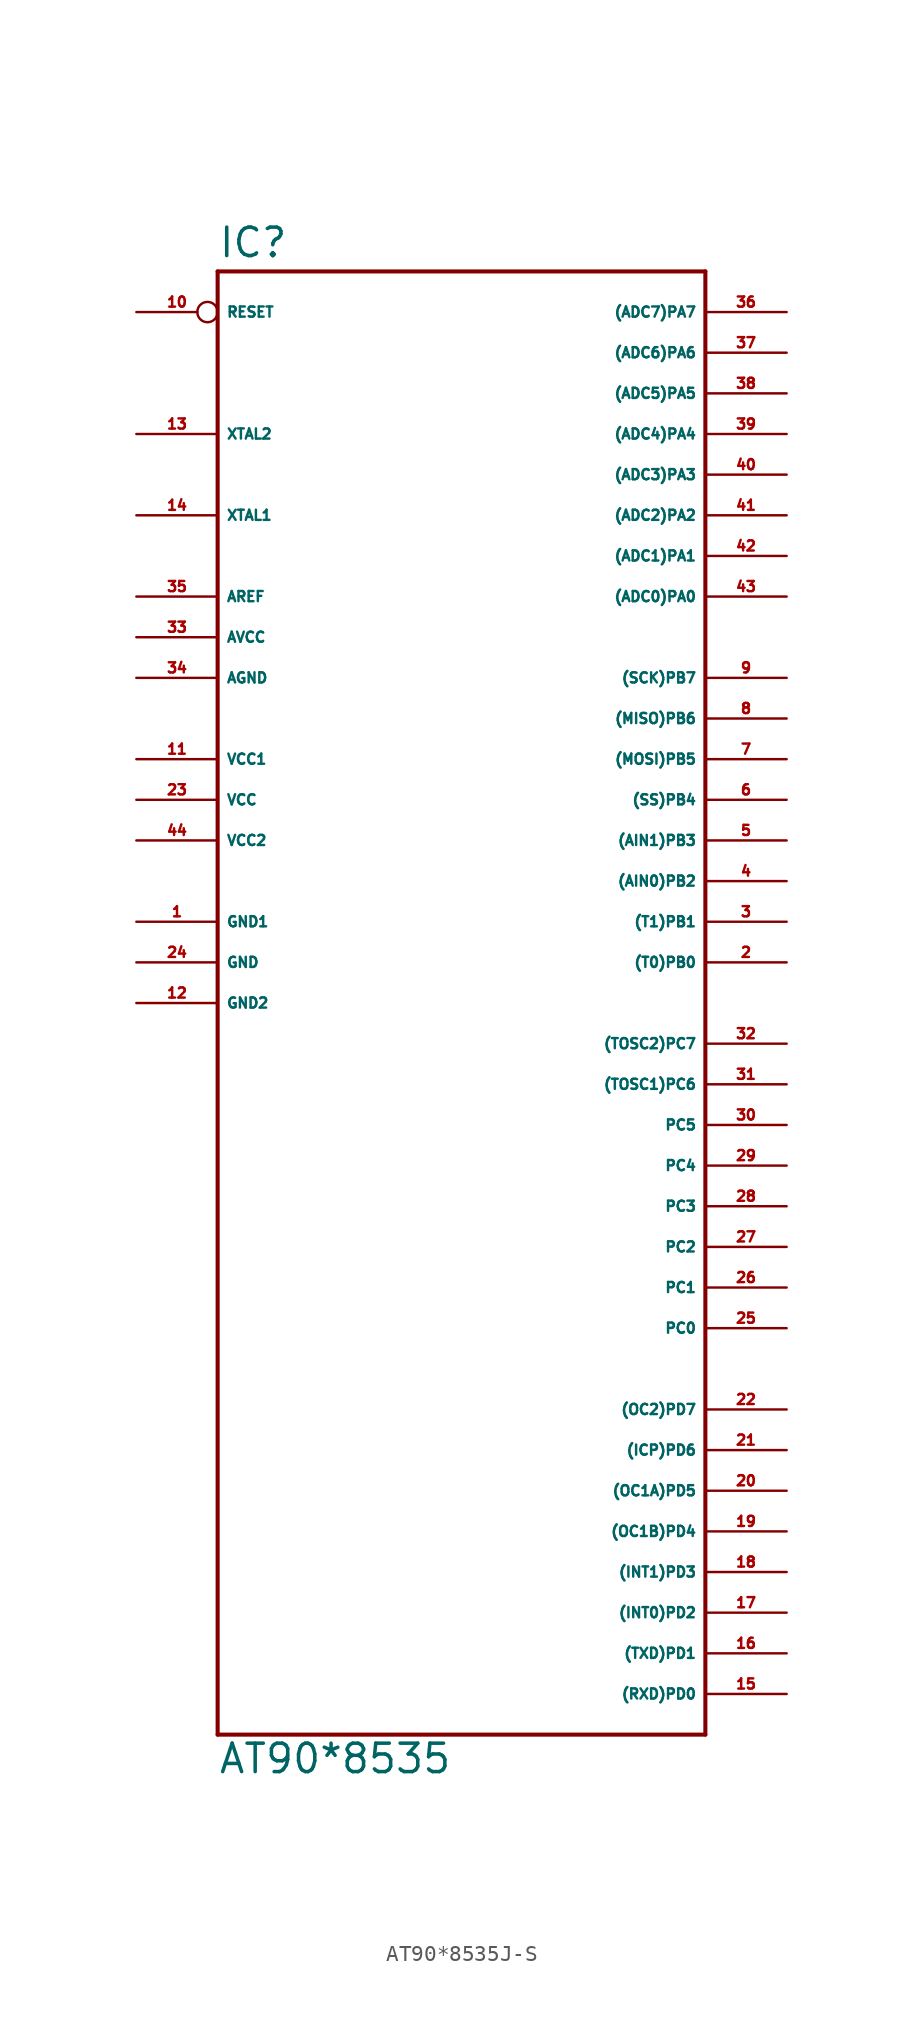
<source format=kicad_sym>
(kicad_symbol_lib
  (version 20220914)
  (generator Eagle2Kicad)
  (symbol "AT90*8535J-S"
    (property "Reference" "IC"
      (at -15.24 43.942 0)
      (effects (font (size 1.778 1.778) (thickness 0.22)) (justify left bottom)))
    (property "Value" "AT90*8535"
      (at -15.24 -50.8 0)
      (effects (font (size 1.778 1.778) (thickness 0.22)) (justify left bottom)))
    (polyline
      (pts (xy -15.24 43.18) (xy 15.24 43.18))
      (stroke (width 0.254) (type default))
      (fill (type none)))
    (polyline
      (pts (xy 15.24 43.18) (xy 15.24 -48.26))
      (stroke (width 0.254) (type default))
      (fill (type none)))
    (polyline
      (pts (xy 15.24 -48.26) (xy -15.24 -48.26))
      (stroke (width 0.254) (type default))
      (fill (type none)))
    (polyline
      (pts (xy -15.24 -48.26) (xy -15.24 43.18))
      (stroke (width 0.254) (type default))
      (fill (type none)))
    (pin bidirectional line
      (at 20.32 40.64 180)
      (length 5.08)
      (name "(ADC7)PA7" (effects (font (size 0.635 0.635) (thickness 0.08)) (justify left bottom)))
      (number "36" (effects (font (size 0.635 0.635) (thickness 0.08)) (justify left bottom))))
    (pin bidirectional line
      (at 20.32 38.1 180)
      (length 5.08)
      (name "(ADC6)PA6" (effects (font (size 0.635 0.635) (thickness 0.08)) (justify left bottom)))
      (number "37" (effects (font (size 0.635 0.635) (thickness 0.08)) (justify left bottom))))
    (pin bidirectional line
      (at 20.32 35.56 180)
      (length 5.08)
      (name "(ADC5)PA5" (effects (font (size 0.635 0.635) (thickness 0.08)) (justify left bottom)))
      (number "38" (effects (font (size 0.635 0.635) (thickness 0.08)) (justify left bottom))))
    (pin bidirectional line
      (at 20.32 33.02 180)
      (length 5.08)
      (name "(ADC4)PA4" (effects (font (size 0.635 0.635) (thickness 0.08)) (justify left bottom)))
      (number "39" (effects (font (size 0.635 0.635) (thickness 0.08)) (justify left bottom))))
    (pin bidirectional line
      (at 20.32 30.48 180)
      (length 5.08)
      (name "(ADC3)PA3" (effects (font (size 0.635 0.635) (thickness 0.08)) (justify left bottom)))
      (number "40" (effects (font (size 0.635 0.635) (thickness 0.08)) (justify left bottom))))
    (pin bidirectional line
      (at 20.32 27.94 180)
      (length 5.08)
      (name "(ADC2)PA2" (effects (font (size 0.635 0.635) (thickness 0.08)) (justify left bottom)))
      (number "41" (effects (font (size 0.635 0.635) (thickness 0.08)) (justify left bottom))))
    (pin bidirectional line
      (at 20.32 25.4 180)
      (length 5.08)
      (name "(ADC1)PA1" (effects (font (size 0.635 0.635) (thickness 0.08)) (justify left bottom)))
      (number "42" (effects (font (size 0.635 0.635) (thickness 0.08)) (justify left bottom))))
    (pin bidirectional line
      (at 20.32 22.86 180)
      (length 5.08)
      (name "(ADC0)PA0" (effects (font (size 0.635 0.635) (thickness 0.08)) (justify left bottom)))
      (number "43" (effects (font (size 0.635 0.635) (thickness 0.08)) (justify left bottom))))
    (pin bidirectional line
      (at 20.32 17.78 180)
      (length 5.08)
      (name "(SCK)PB7" (effects (font (size 0.635 0.635) (thickness 0.08)) (justify left bottom)))
      (number "9" (effects (font (size 0.635 0.635) (thickness 0.08)) (justify left bottom))))
    (pin bidirectional line
      (at 20.32 15.24 180)
      (length 5.08)
      (name "(MISO)PB6" (effects (font (size 0.635 0.635) (thickness 0.08)) (justify left bottom)))
      (number "8" (effects (font (size 0.635 0.635) (thickness 0.08)) (justify left bottom))))
    (pin bidirectional line
      (at 20.32 12.7 180)
      (length 5.08)
      (name "(MOSI)PB5" (effects (font (size 0.635 0.635) (thickness 0.08)) (justify left bottom)))
      (number "7" (effects (font (size 0.635 0.635) (thickness 0.08)) (justify left bottom))))
    (pin bidirectional line
      (at 20.32 10.16 180)
      (length 5.08)
      (name "(SS)PB4" (effects (font (size 0.635 0.635) (thickness 0.08)) (justify left bottom)))
      (number "6" (effects (font (size 0.635 0.635) (thickness 0.08)) (justify left bottom))))
    (pin bidirectional line
      (at 20.32 7.62 180)
      (length 5.08)
      (name "(AIN1)PB3" (effects (font (size 0.635 0.635) (thickness 0.08)) (justify left bottom)))
      (number "5" (effects (font (size 0.635 0.635) (thickness 0.08)) (justify left bottom))))
    (pin bidirectional line
      (at 20.32 5.08 180)
      (length 5.08)
      (name "(AIN0)PB2" (effects (font (size 0.635 0.635) (thickness 0.08)) (justify left bottom)))
      (number "4" (effects (font (size 0.635 0.635) (thickness 0.08)) (justify left bottom))))
    (pin bidirectional line
      (at 20.32 2.54 180)
      (length 5.08)
      (name "(T1)PB1" (effects (font (size 0.635 0.635) (thickness 0.08)) (justify left bottom)))
      (number "3" (effects (font (size 0.635 0.635) (thickness 0.08)) (justify left bottom))))
    (pin bidirectional line
      (at 20.32 0 180)
      (length 5.08)
      (name "(T0)PB0" (effects (font (size 0.635 0.635) (thickness 0.08)) (justify left bottom)))
      (number "2" (effects (font (size 0.635 0.635) (thickness 0.08)) (justify left bottom))))
    (pin bidirectional line
      (at 20.32 -5.08 180)
      (length 5.08)
      (name "(TOSC2)PC7" (effects (font (size 0.635 0.635) (thickness 0.08)) (justify left bottom)))
      (number "32" (effects (font (size 0.635 0.635) (thickness 0.08)) (justify left bottom))))
    (pin bidirectional line
      (at 20.32 -7.62 180)
      (length 5.08)
      (name "(TOSC1)PC6" (effects (font (size 0.635 0.635) (thickness 0.08)) (justify left bottom)))
      (number "31" (effects (font (size 0.635 0.635) (thickness 0.08)) (justify left bottom))))
    (pin bidirectional line
      (at 20.32 -10.16 180)
      (length 5.08)
      (name "PC5" (effects (font (size 0.635 0.635) (thickness 0.08)) (justify left bottom)))
      (number "30" (effects (font (size 0.635 0.635) (thickness 0.08)) (justify left bottom))))
    (pin bidirectional line
      (at 20.32 -12.7 180)
      (length 5.08)
      (name "PC4" (effects (font (size 0.635 0.635) (thickness 0.08)) (justify left bottom)))
      (number "29" (effects (font (size 0.635 0.635) (thickness 0.08)) (justify left bottom))))
    (pin bidirectional line
      (at 20.32 -15.24 180)
      (length 5.08)
      (name "PC3" (effects (font (size 0.635 0.635) (thickness 0.08)) (justify left bottom)))
      (number "28" (effects (font (size 0.635 0.635) (thickness 0.08)) (justify left bottom))))
    (pin bidirectional line
      (at 20.32 -17.78 180)
      (length 5.08)
      (name "PC2" (effects (font (size 0.635 0.635) (thickness 0.08)) (justify left bottom)))
      (number "27" (effects (font (size 0.635 0.635) (thickness 0.08)) (justify left bottom))))
    (pin bidirectional line
      (at 20.32 -20.32 180)
      (length 5.08)
      (name "PC1" (effects (font (size 0.635 0.635) (thickness 0.08)) (justify left bottom)))
      (number "26" (effects (font (size 0.635 0.635) (thickness 0.08)) (justify left bottom))))
    (pin bidirectional line
      (at 20.32 -22.86 180)
      (length 5.08)
      (name "PC0" (effects (font (size 0.635 0.635) (thickness 0.08)) (justify left bottom)))
      (number "25" (effects (font (size 0.635 0.635) (thickness 0.08)) (justify left bottom))))
    (pin unspecified line
      (at -20.32 17.78 0)
      (length 5.08)
      (name "AGND" (effects (font (size 0.635 0.635) (thickness 0.08)) (justify left bottom)))
      (number "34" (effects (font (size 0.635 0.635) (thickness 0.08)) (justify left bottom))))
    (pin unspecified line
      (at -20.32 20.32 0)
      (length 5.08)
      (name "AVCC" (effects (font (size 0.635 0.635) (thickness 0.08)) (justify left bottom)))
      (number "33" (effects (font (size 0.635 0.635) (thickness 0.08)) (justify left bottom))))
    (pin passive line
      (at -20.32 22.86 0)
      (length 5.08)
      (name "AREF" (effects (font (size 0.635 0.635) (thickness 0.08)) (justify left bottom)))
      (number "35" (effects (font (size 0.635 0.635) (thickness 0.08)) (justify left bottom))))
    (pin bidirectional line
      (at -20.32 27.94 0)
      (length 5.08)
      (name "XTAL1" (effects (font (size 0.635 0.635) (thickness 0.08)) (justify left bottom)))
      (number "14" (effects (font (size 0.635 0.635) (thickness 0.08)) (justify left bottom))))
    (pin bidirectional line
      (at -20.32 33.02 0)
      (length 5.08)
      (name "XTAL2" (effects (font (size 0.635 0.635) (thickness 0.08)) (justify left bottom)))
      (number "13" (effects (font (size 0.635 0.635) (thickness 0.08)) (justify left bottom))))
    (pin unspecified line
      (at -20.32 2.54 0)
      (length 5.08)
      (name "GND1" (effects (font (size 0.635 0.635) (thickness 0.08)) (justify left bottom)))
      (number "1" (effects (font (size 0.635 0.635) (thickness 0.08)) (justify left bottom))))
    (pin unspecified line
      (at -20.32 -2.54 0)
      (length 5.08)
      (name "GND2" (effects (font (size 0.635 0.635) (thickness 0.08)) (justify left bottom)))
      (number "12" (effects (font (size 0.635 0.635) (thickness 0.08)) (justify left bottom))))
    (pin input inverted
      (at -20.32 40.64 0)
      (length 5.08)
      (name "RESET" (effects (font (size 0.635 0.635) (thickness 0.08)) (justify left bottom)))
      (number "10" (effects (font (size 0.635 0.635) (thickness 0.08)) (justify left bottom))))
    (pin bidirectional line
      (at 20.32 -45.72 180)
      (length 5.08)
      (name "(RXD)PD0" (effects (font (size 0.635 0.635) (thickness 0.08)) (justify left bottom)))
      (number "15" (effects (font (size 0.635 0.635) (thickness 0.08)) (justify left bottom))))
    (pin bidirectional line
      (at 20.32 -43.18 180)
      (length 5.08)
      (name "(TXD)PD1" (effects (font (size 0.635 0.635) (thickness 0.08)) (justify left bottom)))
      (number "16" (effects (font (size 0.635 0.635) (thickness 0.08)) (justify left bottom))))
    (pin bidirectional line
      (at 20.32 -40.64 180)
      (length 5.08)
      (name "(INT0)PD2" (effects (font (size 0.635 0.635) (thickness 0.08)) (justify left bottom)))
      (number "17" (effects (font (size 0.635 0.635) (thickness 0.08)) (justify left bottom))))
    (pin bidirectional line
      (at 20.32 -38.1 180)
      (length 5.08)
      (name "(INT1)PD3" (effects (font (size 0.635 0.635) (thickness 0.08)) (justify left bottom)))
      (number "18" (effects (font (size 0.635 0.635) (thickness 0.08)) (justify left bottom))))
    (pin bidirectional line
      (at 20.32 -35.56 180)
      (length 5.08)
      (name "(OC1B)PD4" (effects (font (size 0.635 0.635) (thickness 0.08)) (justify left bottom)))
      (number "19" (effects (font (size 0.635 0.635) (thickness 0.08)) (justify left bottom))))
    (pin bidirectional line
      (at 20.32 -33.02 180)
      (length 5.08)
      (name "(OC1A)PD5" (effects (font (size 0.635 0.635) (thickness 0.08)) (justify left bottom)))
      (number "20" (effects (font (size 0.635 0.635) (thickness 0.08)) (justify left bottom))))
    (pin bidirectional line
      (at 20.32 -30.48 180)
      (length 5.08)
      (name "(ICP)PD6" (effects (font (size 0.635 0.635) (thickness 0.08)) (justify left bottom)))
      (number "21" (effects (font (size 0.635 0.635) (thickness 0.08)) (justify left bottom))))
    (pin bidirectional line
      (at 20.32 -27.94 180)
      (length 5.08)
      (name "(OC2)PD7" (effects (font (size 0.635 0.635) (thickness 0.08)) (justify left bottom)))
      (number "22" (effects (font (size 0.635 0.635) (thickness 0.08)) (justify left bottom))))
    (pin unspecified line
      (at -20.32 12.7 0)
      (length 5.08)
      (name "VCC1" (effects (font (size 0.635 0.635) (thickness 0.08)) (justify left bottom)))
      (number "11" (effects (font (size 0.635 0.635) (thickness 0.08)) (justify left bottom))))
    (pin unspecified line
      (at -20.32 10.16 0)
      (length 5.08)
      (name "VCC" (effects (font (size 0.635 0.635) (thickness 0.08)) (justify left bottom)))
      (number "23" (effects (font (size 0.635 0.635) (thickness 0.08)) (justify left bottom))))
    (pin unspecified line
      (at -20.32 7.62 0)
      (length 5.08)
      (name "VCC2" (effects (font (size 0.635 0.635) (thickness 0.08)) (justify left bottom)))
      (number "44" (effects (font (size 0.635 0.635) (thickness 0.08)) (justify left bottom))))
    (pin unspecified line
      (at -20.32 0 0)
      (length 5.08)
      (name "GND" (effects (font (size 0.635 0.635) (thickness 0.08)) (justify left bottom)))
      (number "24" (effects (font (size 0.635 0.635) (thickness 0.08)) (justify left bottom))))))
</source>
